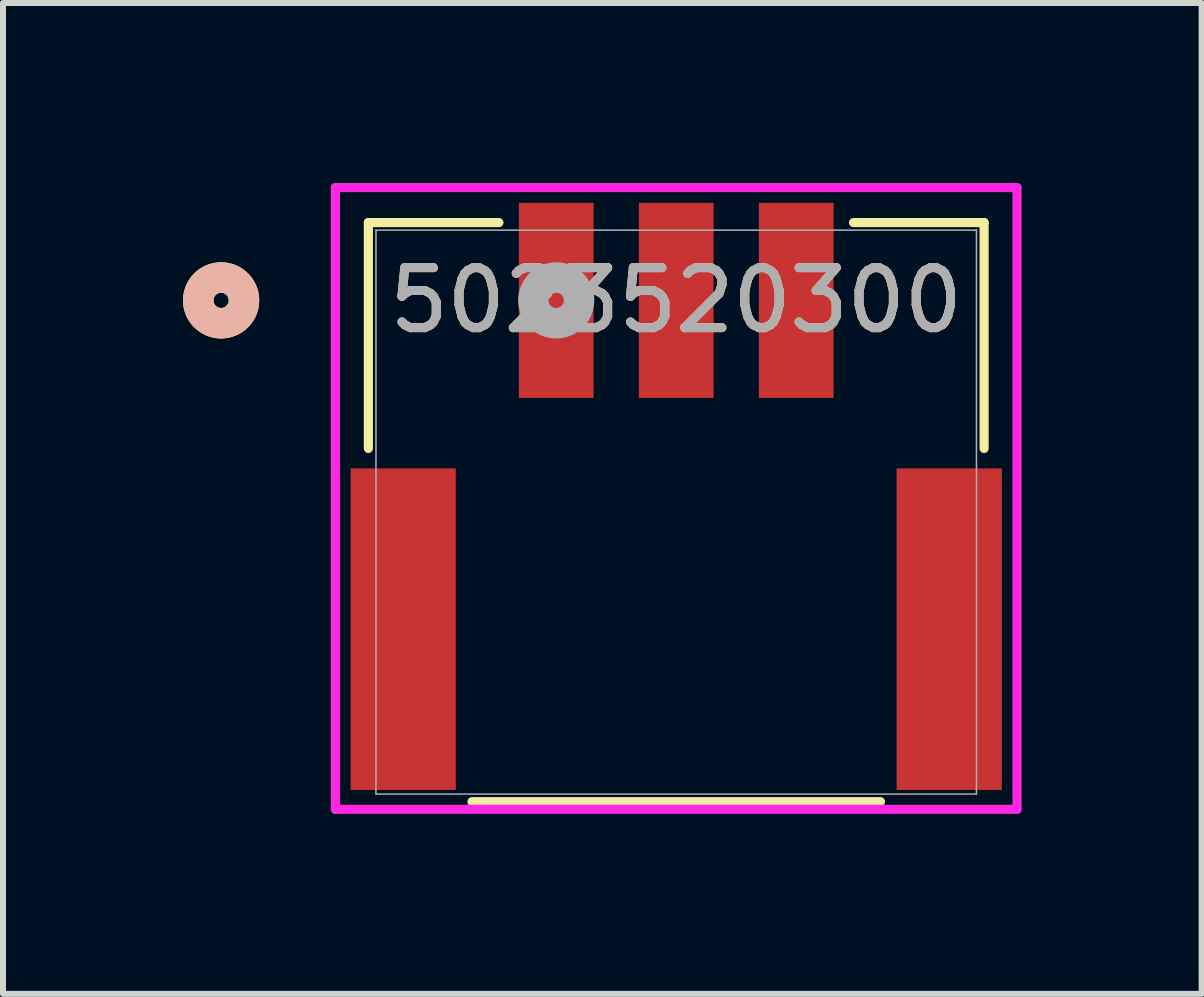
<source format=kicad_pcb>
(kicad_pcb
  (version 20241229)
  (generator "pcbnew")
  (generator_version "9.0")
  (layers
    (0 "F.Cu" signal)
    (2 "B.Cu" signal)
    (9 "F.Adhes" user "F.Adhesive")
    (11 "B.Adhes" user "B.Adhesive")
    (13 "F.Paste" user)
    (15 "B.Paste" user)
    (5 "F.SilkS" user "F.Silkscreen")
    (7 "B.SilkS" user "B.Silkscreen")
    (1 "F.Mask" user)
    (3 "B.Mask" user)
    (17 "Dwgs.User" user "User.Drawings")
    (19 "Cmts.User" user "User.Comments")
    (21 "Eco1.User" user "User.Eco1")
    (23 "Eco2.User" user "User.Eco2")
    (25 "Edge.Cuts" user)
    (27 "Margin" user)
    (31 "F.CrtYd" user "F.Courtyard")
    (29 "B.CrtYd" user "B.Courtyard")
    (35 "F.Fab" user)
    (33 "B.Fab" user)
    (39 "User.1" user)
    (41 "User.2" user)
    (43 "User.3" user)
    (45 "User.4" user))
  (footprint "5023520300"
    (layer "F.Cu")
    (at 8.22 5.485)
    (property "Reference" "5023520300" (at 0 -3.529 0) (unlocked yes) (layer "F.SilkS") (effects (font (size 1 1) (thickness 0.15))))
    (attr smd)
    (fp_line (start -5.131 -4.826) (end -5.131 -1.061) (stroke (width 0.152) (type solid)) (layer "F.SilkS"))
    (fp_line (start -3.404 4.826) (end 3.404 4.826) (stroke (width 0.152) (type solid)) (layer "F.SilkS"))
    (fp_line (start -2.955 -4.826) (end -5.131 -4.826) (stroke (width 0.152) (type solid)) (layer "F.SilkS"))
    (fp_line (start 5.131 -4.826) (end 2.955 -4.826) (stroke (width 0.152) (type solid)) (layer "F.SilkS"))
    (fp_line (start 5.131 -1.061) (end 5.131 -4.826) (stroke (width 0.152) (type solid)) (layer "F.SilkS"))
    (fp_circle (center -7.585 -3.529) (end -7.204 -3.529) (stroke (width 0.508) (type solid)) (fill no) (layer "F.SilkS"))
    (fp_circle (center -7.585 -3.529) (end -7.204 -3.529) (stroke (width 0.508) (type solid)) (fill no) (layer "B.SilkS"))
    (fp_line (start -5.68 -5.409) (end -5.68 4.953) (stroke (width 0.152) (type solid)) (layer "F.CrtYd"))
    (fp_line (start -5.68 4.953) (end 5.68 4.953) (stroke (width 0.152) (type solid)) (layer "F.CrtYd"))
    (fp_line (start 5.68 -5.409) (end -5.68 -5.409) (stroke (width 0.152) (type solid)) (layer "F.CrtYd"))
    (fp_line (start 5.68 4.953) (end 5.68 -5.409) (stroke (width 0.152) (type solid)) (layer "F.CrtYd"))
    (fp_line (start -5.004 -4.699) (end -5.004 4.699) (stroke (width 0.025) (type solid)) (layer "F.Fab"))
    (fp_line (start -5.004 4.699) (end 5.004 4.699) (stroke (width 0.025) (type solid)) (layer "F.Fab"))
    (fp_line (start 5.004 -4.699) (end -5.004 -4.699) (stroke (width 0.025) (type solid)) (layer "F.Fab"))
    (fp_line (start 5.004 4.699) (end 5.004 -4.699) (stroke (width 0.025) (type solid)) (layer "F.Fab"))
    (fp_circle (center -2 -3.529) (end -1.619 -3.529) (stroke (width 0.508) (type solid)) (fill no) (layer "F.Fab"))
    (fp_text user "${REFERENCE}" (at 0 -3.529 0) (unlocked yes) (layer "F.Fab") (effects (font (size 1 1) (thickness 0.15))))
    (pad "1" smd rect (at -2 -3.529) (size 1.245 3.251) (layers "F.Cu" "F.Mask" "F.Paste"))
    (pad "2" smd rect (at 0 -3.529) (size 1.245 3.251) (layers "F.Cu" "F.Mask" "F.Paste"))
    (pad "3" smd rect (at 2 -3.529) (size 1.245 3.251) (layers "F.Cu" "F.Mask" "F.Paste"))
    (pad "MNT1" smd rect (at -4.55 1.951) (size 1.753 5.359) (layers "F.Cu" "F.Mask" "F.Paste"))
    (pad "MNT2" smd rect (at 4.55 1.951) (size 1.753 5.359) (layers "F.Cu" "F.Mask" "F.Paste")))
  (gr_rect
    (start -3 -3)
    (end 16.977 13.514)
    (stroke (width 0.1) (type default))
    (fill no)
    (layer "Edge.Cuts")))
</source>
